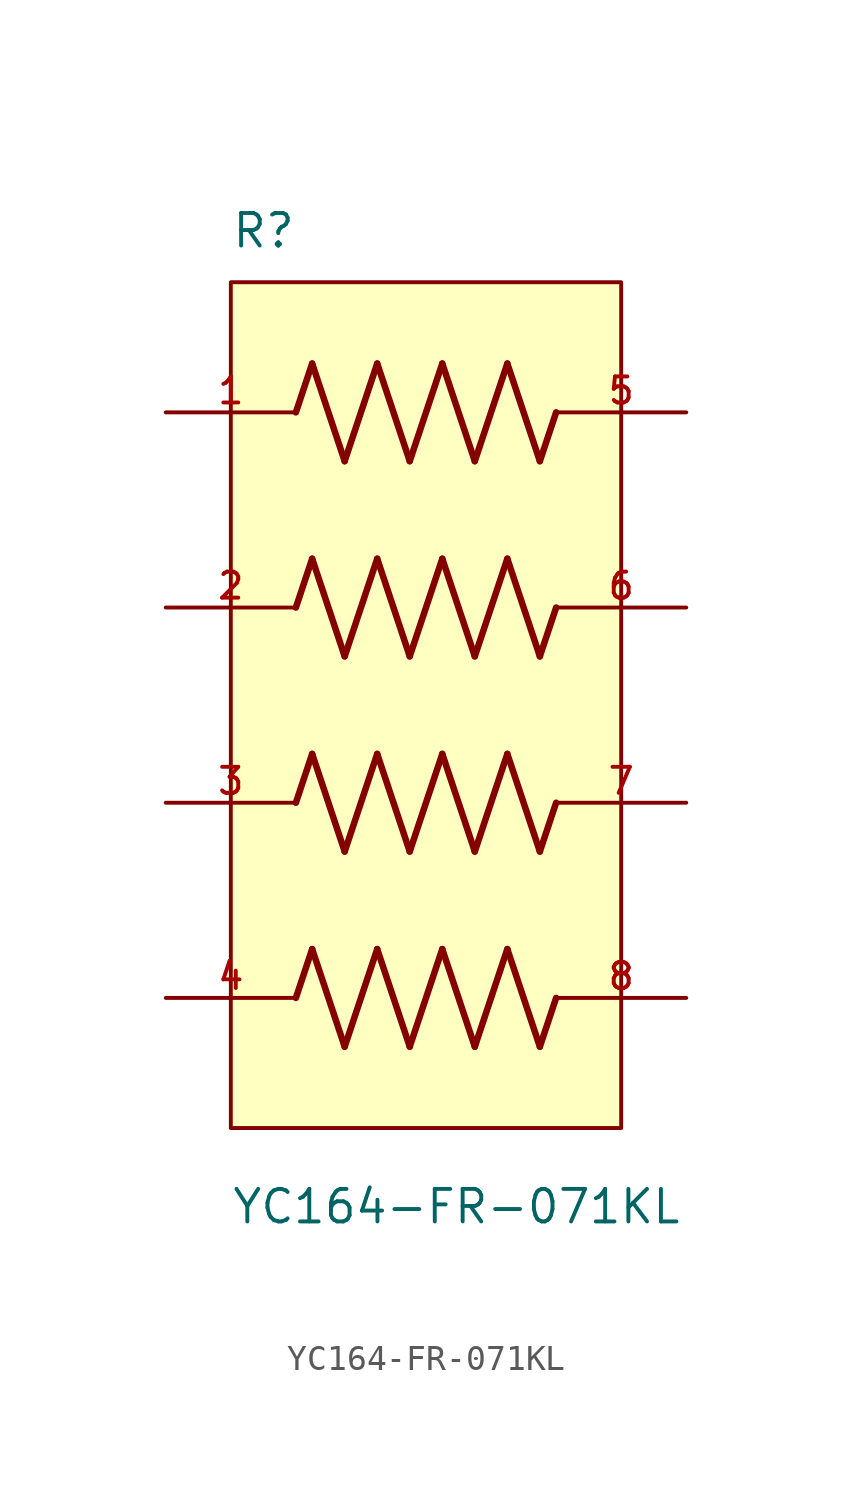
<source format=kicad_sym>
(kicad_symbol_lib
  (version 20211014)
  (generator kicad_symbol_editor)
  (symbol "YC164-FR-071KL"
    (pin_names
      (offset 1.016))
    (property "Reference" "R"
      (at -7.62 16.51 0)
      (effects (font (size 1.27 1.27)) (justify bottom left)))
    (property "Value" "YC164-FR-071KL"
      (at -7.62 -21.59 0)
      (effects (font (size 1.27 1.27)) (justify bottom left)))
    (symbol "YC164-FR-071KL_0_0"
      (polyline (pts (xy -5.08 10.16) (xy -4.445 12.065)) (stroke (width 0.254)))
      (polyline (pts (xy -4.445 12.065) (xy -3.175 8.255)) (stroke (width 0.254)))
      (polyline (pts (xy -3.175 8.255) (xy -1.905 12.065)) (stroke (width 0.254)))
      (polyline (pts (xy -1.905 12.065) (xy -0.635 8.255)) (stroke (width 0.254)))
      (polyline (pts (xy -0.635 8.255) (xy 0.635 12.065)) (stroke (width 0.254)))
      (polyline (pts (xy 0.635 12.065) (xy 1.905 8.255)) (stroke (width 0.254)))
      (polyline (pts (xy 1.905 8.255) (xy 3.175 12.065)) (stroke (width 0.254)))
      (polyline (pts (xy 3.175 12.065) (xy 4.445 8.255)) (stroke (width 0.254)))
      (polyline (pts (xy 4.445 8.255) (xy 5.08 10.16)) (stroke (width 0.254)))
      (polyline (pts (xy -5.08 2.54) (xy -4.445 4.445)) (stroke (width 0.254)))
      (polyline (pts (xy -4.445 4.445) (xy -3.175 0.635)) (stroke (width 0.254)))
      (polyline (pts (xy -3.175 0.635) (xy -1.905 4.445)) (stroke (width 0.254)))
      (polyline (pts (xy -1.905 4.445) (xy -0.635 0.635)) (stroke (width 0.254)))
      (polyline (pts (xy -0.635 0.635) (xy 0.635 4.445)) (stroke (width 0.254)))
      (polyline (pts (xy 0.635 4.445) (xy 1.905 0.635)) (stroke (width 0.254)))
      (polyline (pts (xy 1.905 0.635) (xy 3.175 4.445)) (stroke (width 0.254)))
      (polyline (pts (xy 3.175 4.445) (xy 4.445 0.635)) (stroke (width 0.254)))
      (polyline (pts (xy 4.445 0.635) (xy 5.08 2.54)) (stroke (width 0.254)))
      (polyline (pts (xy -5.08 -5.08) (xy -4.445 -3.175)) (stroke (width 0.254)))
      (polyline (pts (xy -4.445 -3.175) (xy -3.175 -6.985)) (stroke (width 0.254)))
      (polyline (pts (xy -3.175 -6.985) (xy -1.905 -3.175)) (stroke (width 0.254)))
      (polyline (pts (xy -1.905 -3.175) (xy -0.635 -6.985)) (stroke (width 0.254)))
      (polyline (pts (xy -0.635 -6.985) (xy 0.635 -3.175)) (stroke (width 0.254)))
      (polyline (pts (xy 0.635 -3.175) (xy 1.905 -6.985)) (stroke (width 0.254)))
      (polyline (pts (xy 1.905 -6.985) (xy 3.175 -3.175)) (stroke (width 0.254)))
      (polyline (pts (xy 3.175 -3.175) (xy 4.445 -6.985)) (stroke (width 0.254)))
      (polyline (pts (xy 4.445 -6.985) (xy 5.08 -5.08)) (stroke (width 0.254)))
      (polyline (pts (xy -5.08 -12.7) (xy -4.445 -10.795)) (stroke (width 0.254)))
      (polyline (pts (xy -4.445 -10.795) (xy -3.175 -14.605)) (stroke (width 0.254)))
      (polyline (pts (xy -3.175 -14.605) (xy -1.905 -10.795)) (stroke (width 0.254)))
      (polyline (pts (xy -1.905 -10.795) (xy -0.635 -14.605)) (stroke (width 0.254)))
      (polyline (pts (xy -0.635 -14.605) (xy 0.635 -10.795)) (stroke (width 0.254)))
      (polyline (pts (xy 0.635 -10.795) (xy 1.905 -14.605)) (stroke (width 0.254)))
      (polyline (pts (xy 1.905 -14.605) (xy 3.175 -10.795)) (stroke (width 0.254)))
      (polyline (pts (xy 3.175 -10.795) (xy 4.445 -14.605)) (stroke (width 0.254)))
      (polyline (pts (xy 4.445 -14.605) (xy 5.08 -12.7)) (stroke (width 0.254)))
      (rectangle (start -7.62 -17.78) (end 7.62 15.24) (stroke (width 0.152)) (fill (type background)))
      (pin passive line (at -10.16 10.16 0) (length 5.08) (name "~" (effects (font (size 1.016 1.016)))) (number "1" (effects (font (size 1.016 1.016)))))
      (pin passive line (at -10.16 2.54 0) (length 5.08) (name "~" (effects (font (size 1.016 1.016)))) (number "2" (effects (font (size 1.016 1.016)))))
      (pin passive line (at -10.16 -5.08 0) (length 5.08) (name "~" (effects (font (size 1.016 1.016)))) (number "3" (effects (font (size 1.016 1.016)))))
      (pin passive line (at -10.16 -12.7 0) (length 5.08) (name "~" (effects (font (size 1.016 1.016)))) (number "4" (effects (font (size 1.016 1.016)))))
      (pin passive line (at 10.16 10.16 180.0) (length 5.08) (name "~" (effects (font (size 1.016 1.016)))) (number "5" (effects (font (size 1.016 1.016)))))
      (pin passive line (at 10.16 2.54 180.0) (length 5.08) (name "~" (effects (font (size 1.016 1.016)))) (number "6" (effects (font (size 1.016 1.016)))))
      (pin passive line (at 10.16 -5.08 180.0) (length 5.08) (name "~" (effects (font (size 1.016 1.016)))) (number "7" (effects (font (size 1.016 1.016)))))
      (pin passive line (at 10.16 -12.7 180.0) (length 5.08) (name "~" (effects (font (size 1.016 1.016)))) (number "8" (effects (font (size 1.016 1.016))))))))
</source>
